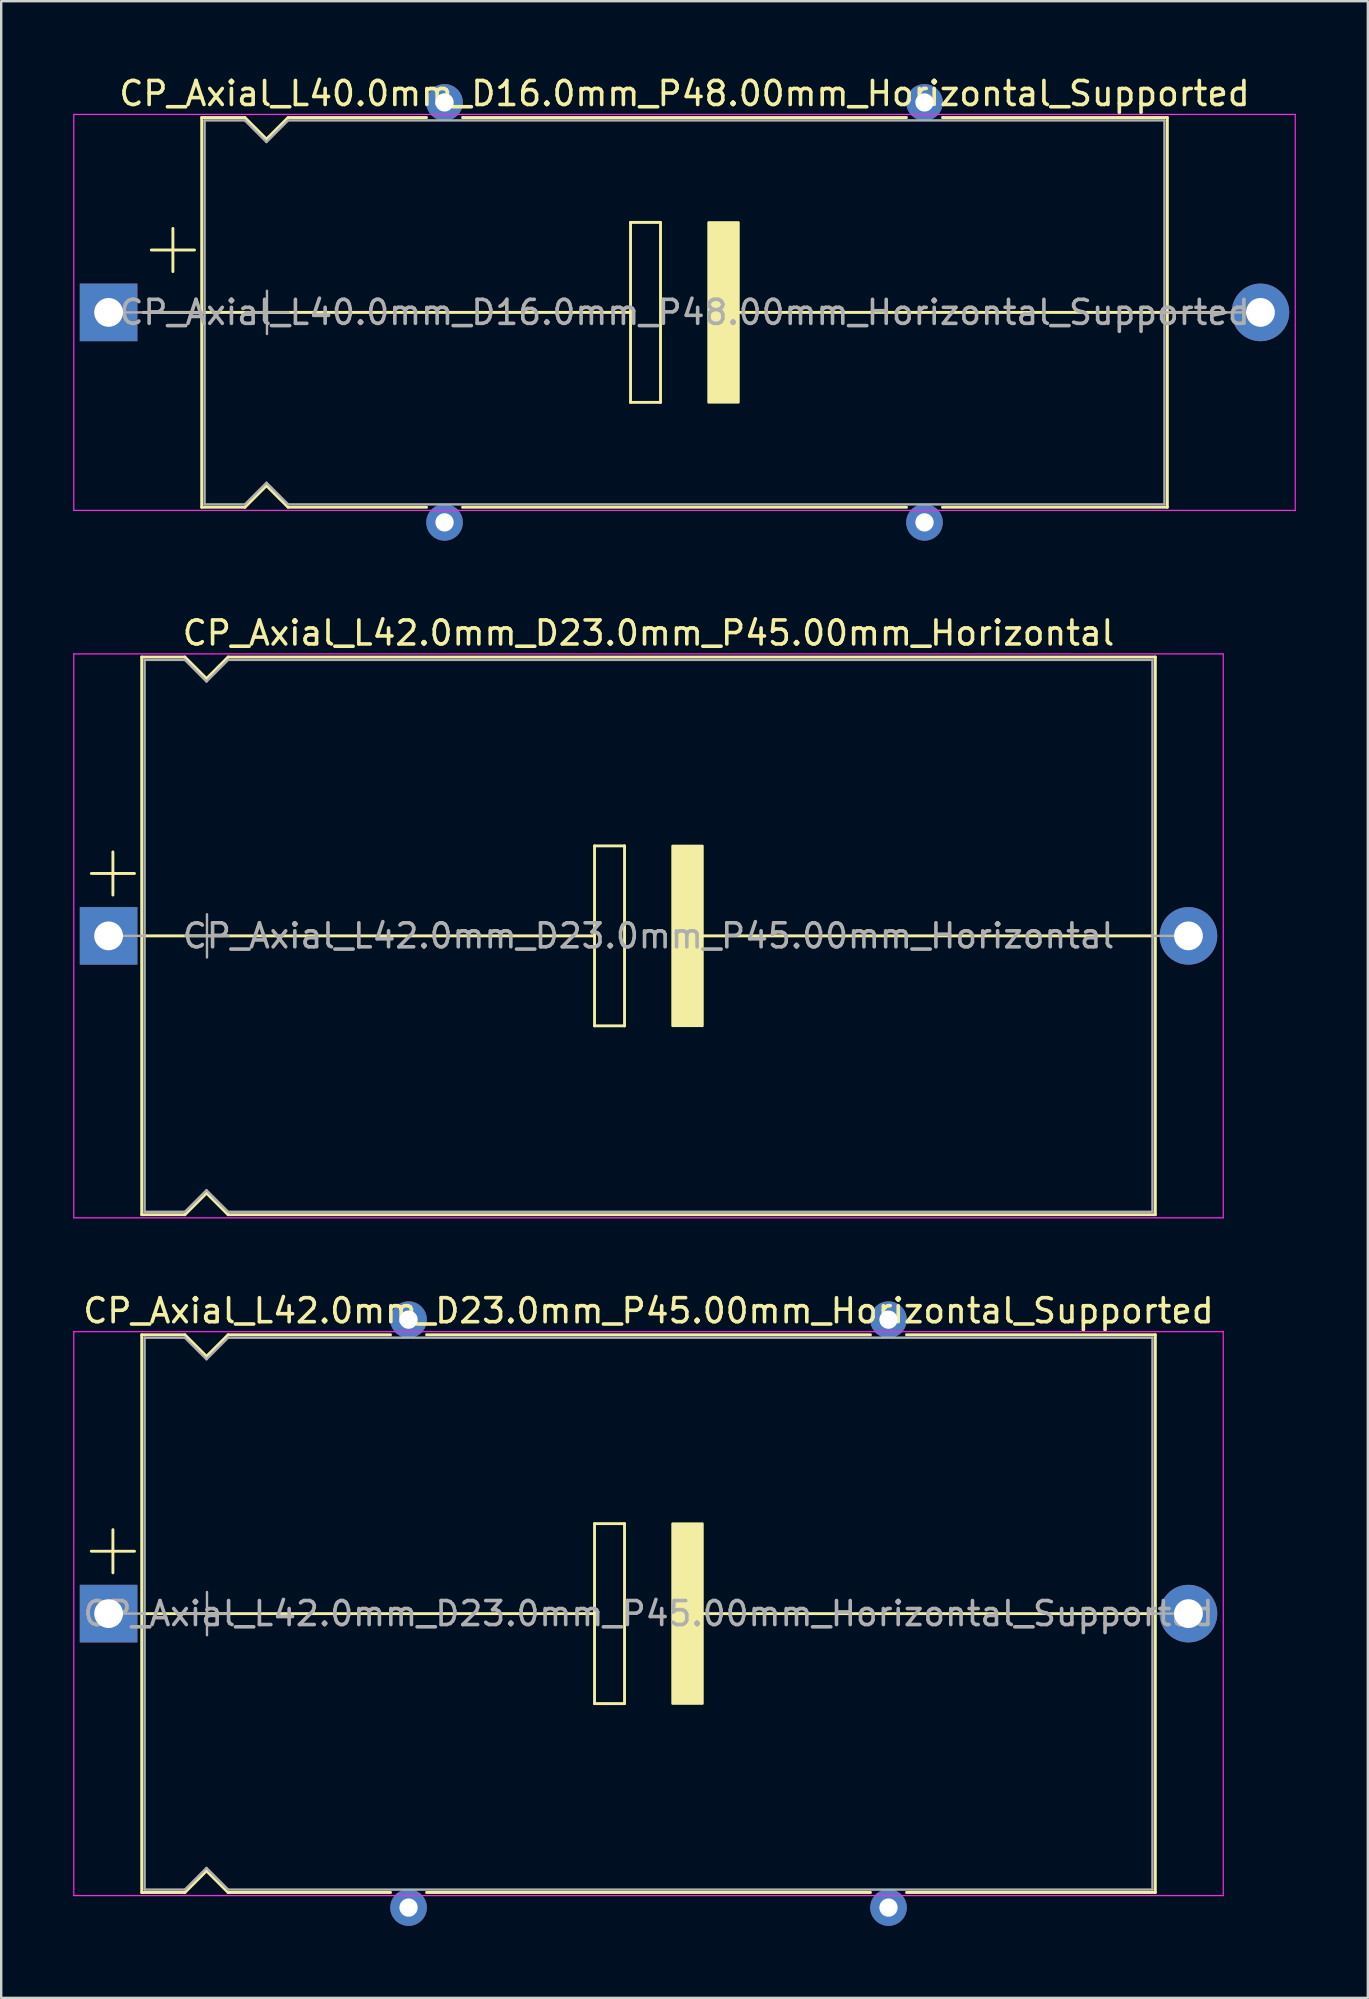
<source format=kicad_pcb>
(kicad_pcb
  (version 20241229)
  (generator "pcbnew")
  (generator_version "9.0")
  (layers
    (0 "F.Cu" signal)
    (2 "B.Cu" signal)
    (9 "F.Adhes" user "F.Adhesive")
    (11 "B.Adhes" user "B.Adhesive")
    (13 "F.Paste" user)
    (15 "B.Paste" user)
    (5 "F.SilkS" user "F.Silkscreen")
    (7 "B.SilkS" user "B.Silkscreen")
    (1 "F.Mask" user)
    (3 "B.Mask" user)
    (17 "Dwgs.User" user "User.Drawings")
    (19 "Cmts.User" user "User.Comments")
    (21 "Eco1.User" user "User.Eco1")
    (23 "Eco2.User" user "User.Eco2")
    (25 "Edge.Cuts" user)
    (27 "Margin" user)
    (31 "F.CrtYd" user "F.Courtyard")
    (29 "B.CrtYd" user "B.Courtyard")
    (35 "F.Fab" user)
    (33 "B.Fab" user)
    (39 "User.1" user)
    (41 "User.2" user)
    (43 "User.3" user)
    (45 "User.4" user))
  (footprint "CP_Axial_L42.0mm_D23.0mm_P45.00mm_Horizontal_Supported"
    (layer "F.Cu")
    (at 1.475 64.192)
    (property "Reference" "CP_Axial_L42.0mm_D23.0mm_P45.00mm_Horizontal_Supported" (at 22.5 -12.62 0) (layer "F.SilkS") (effects (font (size 1 1) (thickness 0.15))))
    (attr through_hole)
    (fp_line (start -0.72 -2.6) (end 1.08 -2.6) (stroke (width 0.12) (type solid)) (layer "F.SilkS"))
    (fp_line (start 0.18 -3.5) (end 0.18 -1.7) (stroke (width 0.12) (type solid)) (layer "F.SilkS"))
    (fp_line (start 1.38 -11.62) (end 1.38 11.62) (stroke (width 0.12) (type solid)) (layer "F.SilkS"))
    (fp_line (start 1.38 -11.62) (end 3.18 -11.62) (stroke (width 0.12) (type solid)) (layer "F.SilkS"))
    (fp_line (start 1.38 11.62) (end 3.18 11.62) (stroke (width 0.12) (type solid)) (layer "F.SilkS"))
    (fp_line (start 1.397 0) (end 20.25 0) (stroke (width 0.12) (type solid)) (layer "F.SilkS"))
    (fp_line (start 3.18 -11.62) (end 4.08 -10.72) (stroke (width 0.12) (type solid)) (layer "F.SilkS"))
    (fp_line (start 3.18 11.62) (end 4.08 10.72) (stroke (width 0.12) (type solid)) (layer "F.SilkS"))
    (fp_line (start 4.08 -10.72) (end 4.98 -11.62) (stroke (width 0.12) (type solid)) (layer "F.SilkS"))
    (fp_line (start 4.08 10.72) (end 4.98 11.62) (stroke (width 0.12) (type solid)) (layer "F.SilkS"))
    (fp_line (start 4.98 -11.62) (end 11.75 -11.62) (stroke (width 0.12) (type solid)) (layer "F.SilkS"))
    (fp_line (start 4.98 11.62) (end 11.75 11.62) (stroke (width 0.12) (type solid)) (layer "F.SilkS"))
    (fp_line (start 13.25 -11.62) (end 31.75 -11.62) (stroke (width 0.12) (type solid)) (layer "F.SilkS"))
    (fp_line (start 13.25 11.62) (end 31.75 11.62) (stroke (width 0.12) (type solid)) (layer "F.SilkS"))
    (fp_line (start 20.25 -3.75) (end 21.5 -3.75) (stroke (width 0.12) (type solid)) (layer "F.SilkS"))
    (fp_line (start 20.25 0) (end 20.25 -3.75) (stroke (width 0.12) (type solid)) (layer "F.SilkS"))
    (fp_line (start 20.25 3.75) (end 20.25 0) (stroke (width 0.12) (type solid)) (layer "F.SilkS"))
    (fp_line (start 21.5 -3.75) (end 21.5 3.75) (stroke (width 0.12) (type solid)) (layer "F.SilkS"))
    (fp_line (start 21.5 3.75) (end 20.25 3.75) (stroke (width 0.12) (type solid)) (layer "F.SilkS"))
    (fp_line (start 24.75 0) (end 43.561 0) (stroke (width 0.12) (type solid)) (layer "F.SilkS"))
    (fp_line (start 33.25 -11.62) (end 43.62 -11.62) (stroke (width 0.12) (type solid)) (layer "F.SilkS"))
    (fp_line (start 33.25 11.62) (end 43.62 11.62) (stroke (width 0.12) (type solid)) (layer "F.SilkS"))
    (fp_line (start 43.62 -11.62) (end 43.62 11.62) (stroke (width 0.12) (type solid)) (layer "F.SilkS"))
    (fp_poly (pts (xy 24.75 3.75) (xy 23.5 3.75) (xy 23.5 -3.75) (xy 24.75 -3.75)) (stroke (width 0.1) (type solid)) (fill yes) (layer "F.SilkS"))
    (fp_line (start -1.45 -11.75) (end -1.45 11.75) (stroke (width 0.05) (type solid)) (layer "F.CrtYd"))
    (fp_line (start -1.45 11.75) (end 46.45 11.75) (stroke (width 0.05) (type solid)) (layer "F.CrtYd"))
    (fp_line (start 46.45 -11.75) (end -1.45 -11.75) (stroke (width 0.05) (type solid)) (layer "F.CrtYd"))
    (fp_line (start 46.45 11.75) (end 46.45 -11.75) (stroke (width 0.05) (type solid)) (layer "F.CrtYd"))
    (fp_line (start 0 0) (end 1.5 0) (stroke (width 0.1) (type solid)) (layer "F.Fab"))
    (fp_line (start 1.5 -11.5) (end 1.5 11.5) (stroke (width 0.1) (type solid)) (layer "F.Fab"))
    (fp_line (start 1.5 -11.5) (end 3.18 -11.5) (stroke (width 0.1) (type solid)) (layer "F.Fab"))
    (fp_line (start 1.5 11.5) (end 3.18 11.5) (stroke (width 0.1) (type solid)) (layer "F.Fab"))
    (fp_line (start 3.18 -11.5) (end 4.08 -10.6) (stroke (width 0.1) (type solid)) (layer "F.Fab"))
    (fp_line (start 3.18 11.5) (end 4.08 10.6) (stroke (width 0.1) (type solid)) (layer "F.Fab"))
    (fp_line (start 3.2 0) (end 5 0) (stroke (width 0.1) (type solid)) (layer "F.Fab"))
    (fp_line (start 4.08 -10.6) (end 4.98 -11.5) (stroke (width 0.1) (type solid)) (layer "F.Fab"))
    (fp_line (start 4.08 10.6) (end 4.98 11.5) (stroke (width 0.1) (type solid)) (layer "F.Fab"))
    (fp_line (start 4.1 -0.9) (end 4.1 0.9) (stroke (width 0.1) (type solid)) (layer "F.Fab"))
    (fp_line (start 4.98 -11.5) (end 43.5 -11.5) (stroke (width 0.1) (type solid)) (layer "F.Fab"))
    (fp_line (start 4.98 11.5) (end 43.5 11.5) (stroke (width 0.1) (type solid)) (layer "F.Fab"))
    (fp_line (start 43.5 -11.5) (end 43.5 11.5) (stroke (width 0.1) (type solid)) (layer "F.Fab"))
    (fp_line (start 45 0) (end 43.5 0) (stroke (width 0.1) (type solid)) (layer "F.Fab"))
    (fp_text user "${REFERENCE}" (at 22.5 0 0) (layer "F.Fab") (effects (font (size 1 1) (thickness 0.15))))
    (pad "" thru_hole circle (at 12.5 -12.25) (size 1.524 1.524) (drill 0.762) (layers "*.Cu" "*.Mask"))
    (pad "" thru_hole circle (at 12.5 12.25) (size 1.524 1.524) (drill 0.762) (layers "*.Cu" "*.Mask"))
    (pad "" thru_hole circle (at 32.5 -12.25) (size 1.524 1.524) (drill 0.762) (layers "*.Cu" "*.Mask"))
    (pad "" thru_hole circle (at 32.5 12.25) (size 1.524 1.524) (drill 0.762) (layers "*.Cu" "*.Mask"))
    (pad "1" thru_hole rect (at 0 0) (size 2.4 2.4) (drill 1.2) (layers "*.Cu" "*.Mask"))
    (pad "2" thru_hole oval (at 45 0) (size 2.4 2.4) (drill 1.2) (layers "*.Cu" "*.Mask")))
  (footprint "CP_Axial_L42.0mm_D23.0mm_P45.00mm_Horizontal"
    (layer "F.Cu")
    (at 1.475 35.949)
    (property "Reference" "CP_Axial_L42.0mm_D23.0mm_P45.00mm_Horizontal" (at 22.5 -12.62 0) (layer "F.SilkS") (effects (font (size 1 1) (thickness 0.15))))
    (attr through_hole)
    (fp_line (start -0.72 -2.6) (end 1.08 -2.6) (stroke (width 0.12) (type solid)) (layer "F.SilkS"))
    (fp_line (start 0.18 -3.5) (end 0.18 -1.7) (stroke (width 0.12) (type solid)) (layer "F.SilkS"))
    (fp_line (start 1.38 -11.62) (end 1.38 11.62) (stroke (width 0.12) (type solid)) (layer "F.SilkS"))
    (fp_line (start 1.38 -11.62) (end 3.18 -11.62) (stroke (width 0.12) (type solid)) (layer "F.SilkS"))
    (fp_line (start 1.38 11.62) (end 3.18 11.62) (stroke (width 0.12) (type solid)) (layer "F.SilkS"))
    (fp_line (start 1.397 0) (end 20.25 0) (stroke (width 0.12) (type solid)) (layer "F.SilkS"))
    (fp_line (start 3.18 -11.62) (end 4.08 -10.72) (stroke (width 0.12) (type solid)) (layer "F.SilkS"))
    (fp_line (start 3.18 11.62) (end 4.08 10.72) (stroke (width 0.12) (type solid)) (layer "F.SilkS"))
    (fp_line (start 4.08 -10.72) (end 4.98 -11.62) (stroke (width 0.12) (type solid)) (layer "F.SilkS"))
    (fp_line (start 4.08 10.72) (end 4.98 11.62) (stroke (width 0.12) (type solid)) (layer "F.SilkS"))
    (fp_line (start 4.98 -11.62) (end 43.62 -11.62) (stroke (width 0.12) (type solid)) (layer "F.SilkS"))
    (fp_line (start 4.98 11.62) (end 43.62 11.62) (stroke (width 0.12) (type solid)) (layer "F.SilkS"))
    (fp_line (start 20.25 -3.75) (end 21.5 -3.75) (stroke (width 0.12) (type solid)) (layer "F.SilkS"))
    (fp_line (start 20.25 0) (end 20.25 -3.75) (stroke (width 0.12) (type solid)) (layer "F.SilkS"))
    (fp_line (start 20.25 3.75) (end 20.25 0) (stroke (width 0.12) (type solid)) (layer "F.SilkS"))
    (fp_line (start 21.5 -3.75) (end 21.5 3.75) (stroke (width 0.12) (type solid)) (layer "F.SilkS"))
    (fp_line (start 21.5 3.75) (end 20.25 3.75) (stroke (width 0.12) (type solid)) (layer "F.SilkS"))
    (fp_line (start 24.75 0) (end 43.561 0) (stroke (width 0.12) (type solid)) (layer "F.SilkS"))
    (fp_line (start 43.62 -11.62) (end 43.62 11.62) (stroke (width 0.12) (type solid)) (layer "F.SilkS"))
    (fp_poly (pts (xy 24.75 3.75) (xy 23.5 3.75) (xy 23.5 -3.75) (xy 24.75 -3.75)) (stroke (width 0.1) (type solid)) (fill yes) (layer "F.SilkS"))
    (fp_line (start -1.45 -11.75) (end -1.45 11.75) (stroke (width 0.05) (type solid)) (layer "F.CrtYd"))
    (fp_line (start -1.45 11.75) (end 46.45 11.75) (stroke (width 0.05) (type solid)) (layer "F.CrtYd"))
    (fp_line (start 46.45 -11.75) (end -1.45 -11.75) (stroke (width 0.05) (type solid)) (layer "F.CrtYd"))
    (fp_line (start 46.45 11.75) (end 46.45 -11.75) (stroke (width 0.05) (type solid)) (layer "F.CrtYd"))
    (fp_line (start 0 0) (end 1.5 0) (stroke (width 0.1) (type solid)) (layer "F.Fab"))
    (fp_line (start 1.5 -11.5) (end 1.5 11.5) (stroke (width 0.1) (type solid)) (layer "F.Fab"))
    (fp_line (start 1.5 -11.5) (end 3.18 -11.5) (stroke (width 0.1) (type solid)) (layer "F.Fab"))
    (fp_line (start 1.5 11.5) (end 3.18 11.5) (stroke (width 0.1) (type solid)) (layer "F.Fab"))
    (fp_line (start 3.18 -11.5) (end 4.08 -10.6) (stroke (width 0.1) (type solid)) (layer "F.Fab"))
    (fp_line (start 3.18 11.5) (end 4.08 10.6) (stroke (width 0.1) (type solid)) (layer "F.Fab"))
    (fp_line (start 3.2 0) (end 5 0) (stroke (width 0.1) (type solid)) (layer "F.Fab"))
    (fp_line (start 4.08 -10.6) (end 4.98 -11.5) (stroke (width 0.1) (type solid)) (layer "F.Fab"))
    (fp_line (start 4.08 10.6) (end 4.98 11.5) (stroke (width 0.1) (type solid)) (layer "F.Fab"))
    (fp_line (start 4.1 -0.9) (end 4.1 0.9) (stroke (width 0.1) (type solid)) (layer "F.Fab"))
    (fp_line (start 4.98 -11.5) (end 43.5 -11.5) (stroke (width 0.1) (type solid)) (layer "F.Fab"))
    (fp_line (start 4.98 11.5) (end 43.5 11.5) (stroke (width 0.1) (type solid)) (layer "F.Fab"))
    (fp_line (start 43.5 -11.5) (end 43.5 11.5) (stroke (width 0.1) (type solid)) (layer "F.Fab"))
    (fp_line (start 45 0) (end 43.5 0) (stroke (width 0.1) (type solid)) (layer "F.Fab"))
    (fp_text user "${REFERENCE}" (at 22.5 0 0) (layer "F.Fab") (effects (font (size 1 1) (thickness 0.15))))
    (pad "1" thru_hole rect (at 0 0) (size 2.4 2.4) (drill 1.2) (layers "*.Cu" "*.Mask"))
    (pad "2" thru_hole oval (at 45 0) (size 2.4 2.4) (drill 1.2) (layers "*.Cu" "*.Mask")))
  (footprint "CP_Axial_L40.0mm_D16.0mm_P48.00mm_Horizontal_Supported"
    (layer "F.Cu")
    (at 1.475 9.968)
    (property "Reference" "CP_Axial_L40.0mm_D16.0mm_P48.00mm_Horizontal_Supported" (at 24 -9.12 0) (layer "F.SilkS") (effects (font (size 1 1) (thickness 0.15))))
    (attr through_hole)
    (fp_line (start 1.44 0) (end 3.88 0) (stroke (width 0.12) (type solid)) (layer "F.SilkS"))
    (fp_line (start 1.78 -2.6) (end 3.58 -2.6) (stroke (width 0.12) (type solid)) (layer "F.SilkS"))
    (fp_line (start 2.68 -3.5) (end 2.68 -1.7) (stroke (width 0.12) (type solid)) (layer "F.SilkS"))
    (fp_line (start 3.88 -8.12) (end 3.88 8.12) (stroke (width 0.12) (type solid)) (layer "F.SilkS"))
    (fp_line (start 3.88 -8.12) (end 5.68 -8.12) (stroke (width 0.12) (type solid)) (layer "F.SilkS"))
    (fp_line (start 3.88 0) (end 21.75 0) (stroke (width 0.12) (type solid)) (layer "F.SilkS"))
    (fp_line (start 3.88 8.12) (end 5.68 8.12) (stroke (width 0.12) (type solid)) (layer "F.SilkS"))
    (fp_line (start 5.68 -8.12) (end 6.58 -7.22) (stroke (width 0.12) (type solid)) (layer "F.SilkS"))
    (fp_line (start 5.68 8.12) (end 6.58 7.22) (stroke (width 0.12) (type solid)) (layer "F.SilkS"))
    (fp_line (start 6.58 -7.22) (end 7.48 -8.12) (stroke (width 0.12) (type solid)) (layer "F.SilkS"))
    (fp_line (start 6.58 7.22) (end 7.48 8.12) (stroke (width 0.12) (type solid)) (layer "F.SilkS"))
    (fp_line (start 7.48 -8.12) (end 13.25 -8.12) (stroke (width 0.12) (type solid)) (layer "F.SilkS"))
    (fp_line (start 7.48 8.12) (end 13.25 8.12) (stroke (width 0.12) (type solid)) (layer "F.SilkS"))
    (fp_line (start 14.75 -8.12) (end 33.25 -8.12) (stroke (width 0.12) (type solid)) (layer "F.SilkS"))
    (fp_line (start 14.75 8.12) (end 33.25 8.12) (stroke (width 0.12) (type solid)) (layer "F.SilkS"))
    (fp_line (start 21.75 -3.75) (end 23 -3.75) (stroke (width 0.12) (type solid)) (layer "F.SilkS"))
    (fp_line (start 21.75 0) (end 21.75 -3.75) (stroke (width 0.12) (type solid)) (layer "F.SilkS"))
    (fp_line (start 21.75 3.75) (end 21.75 0) (stroke (width 0.12) (type solid)) (layer "F.SilkS"))
    (fp_line (start 23 -3.75) (end 23 3.75) (stroke (width 0.12) (type solid)) (layer "F.SilkS"))
    (fp_line (start 23 3.75) (end 21.75 3.75) (stroke (width 0.12) (type solid)) (layer "F.SilkS"))
    (fp_line (start 26.25 0) (end 44.12 0) (stroke (width 0.12) (type solid)) (layer "F.SilkS"))
    (fp_line (start 34.75 -8.12) (end 44.12 -8.12) (stroke (width 0.12) (type solid)) (layer "F.SilkS"))
    (fp_line (start 34.75 8.12) (end 44.12 8.12) (stroke (width 0.12) (type solid)) (layer "F.SilkS"))
    (fp_line (start 44.12 -8.12) (end 44.12 8.12) (stroke (width 0.12) (type solid)) (layer "F.SilkS"))
    (fp_line (start 46.56 0) (end 44.12 0) (stroke (width 0.12) (type solid)) (layer "F.SilkS"))
    (fp_poly (pts (xy 26.25 3.75) (xy 25 3.75) (xy 25 -3.75) (xy 26.25 -3.75)) (stroke (width 0.1) (type solid)) (fill yes) (layer "F.SilkS"))
    (fp_line (start -1.45 -8.25) (end -1.45 8.25) (stroke (width 0.05) (type solid)) (layer "F.CrtYd"))
    (fp_line (start -1.45 8.25) (end 49.45 8.25) (stroke (width 0.05) (type solid)) (layer "F.CrtYd"))
    (fp_line (start 49.45 -8.25) (end -1.45 -8.25) (stroke (width 0.05) (type solid)) (layer "F.CrtYd"))
    (fp_line (start 49.45 8.25) (end 49.45 -8.25) (stroke (width 0.05) (type solid)) (layer "F.CrtYd"))
    (fp_line (start 0 0) (end 4 0) (stroke (width 0.1) (type solid)) (layer "F.Fab"))
    (fp_line (start 4 -8) (end 4 8) (stroke (width 0.1) (type solid)) (layer "F.Fab"))
    (fp_line (start 4 -8) (end 5.68 -8) (stroke (width 0.1) (type solid)) (layer "F.Fab"))
    (fp_line (start 4 8) (end 5.68 8) (stroke (width 0.1) (type solid)) (layer "F.Fab"))
    (fp_line (start 5.68 -8) (end 6.58 -7.1) (stroke (width 0.1) (type solid)) (layer "F.Fab"))
    (fp_line (start 5.68 8) (end 6.58 7.1) (stroke (width 0.1) (type solid)) (layer "F.Fab"))
    (fp_line (start 5.7 0) (end 7.5 0) (stroke (width 0.1) (type solid)) (layer "F.Fab"))
    (fp_line (start 6.58 -7.1) (end 7.48 -8) (stroke (width 0.1) (type solid)) (layer "F.Fab"))
    (fp_line (start 6.58 7.1) (end 7.48 8) (stroke (width 0.1) (type solid)) (layer "F.Fab"))
    (fp_line (start 6.6 -0.9) (end 6.6 0.9) (stroke (width 0.1) (type solid)) (layer "F.Fab"))
    (fp_line (start 7.48 -8) (end 44 -8) (stroke (width 0.1) (type solid)) (layer "F.Fab"))
    (fp_line (start 7.48 8) (end 44 8) (stroke (width 0.1) (type solid)) (layer "F.Fab"))
    (fp_line (start 44 -8) (end 44 8) (stroke (width 0.1) (type solid)) (layer "F.Fab"))
    (fp_line (start 48 0) (end 44 0) (stroke (width 0.1) (type solid)) (layer "F.Fab"))
    (fp_text user "${REFERENCE}" (at 24 0 0) (layer "F.Fab") (effects (font (size 1 1) (thickness 0.15))))
    (pad "" thru_hole circle (at 14 -8.75) (size 1.524 1.524) (drill 0.762) (layers "*.Cu" "*.Mask"))
    (pad "" thru_hole circle (at 14 8.75) (size 1.524 1.524) (drill 0.762) (layers "*.Cu" "*.Mask"))
    (pad "" thru_hole circle (at 34 -8.75) (size 1.524 1.524) (drill 0.762) (layers "*.Cu" "*.Mask"))
    (pad "" thru_hole circle (at 34 8.75) (size 1.524 1.524) (drill 0.762) (layers "*.Cu" "*.Mask"))
    (pad "1" thru_hole rect (at 0 0) (size 2.4 2.4) (drill 1.2) (layers "*.Cu" "*.Mask"))
    (pad "2" thru_hole oval (at 48 0) (size 2.4 2.4) (drill 1.2) (layers "*.Cu" "*.Mask")))
  (gr_rect
    (start -3 -3)
    (end 53.95 80.204)
    (stroke (width 0.1) (type default))
    (fill no)
    (layer "Edge.Cuts")))
</source>
